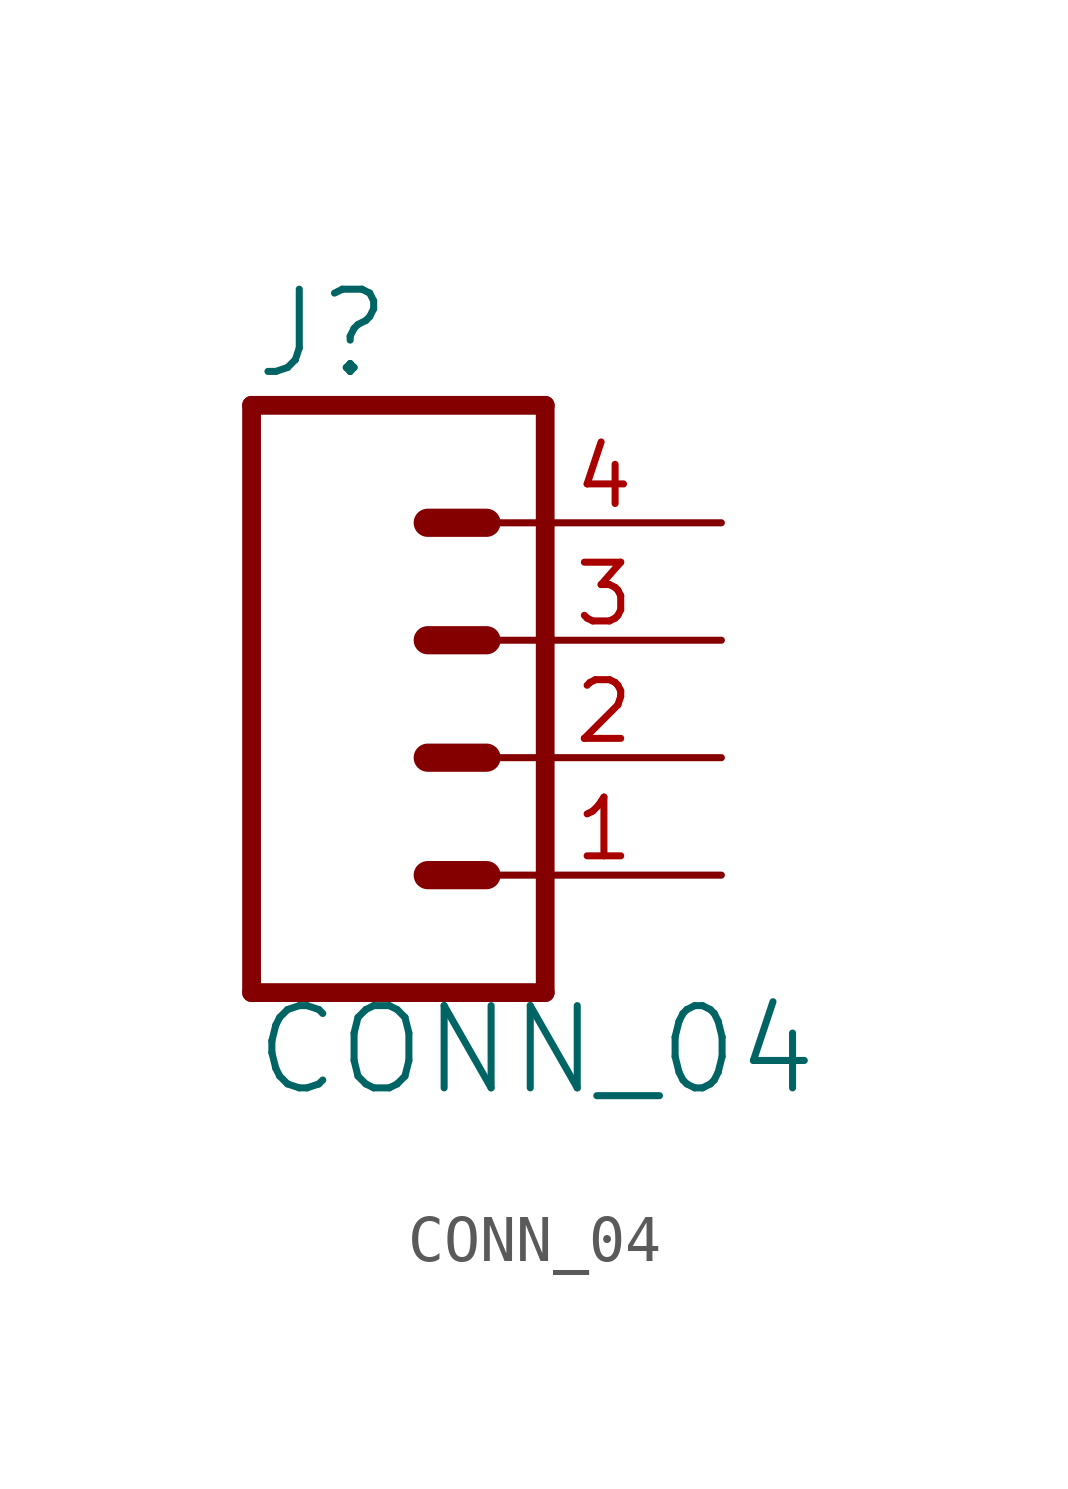
<source format=kicad_sym>
(kicad_symbol_lib
  (version 20211014)
  (generator kicad_symbol_editor)
  (symbol "CONN_04"
    (property "Reference" "J"
      (at -5.08 8.128 0)
      (effects (font (size 1.778 1.778)) (justify left bottom)))
    (property "Value" "CONN_04"
      (at -5.08 -7.366 0)
      (effects (font (size 1.778 1.778)) (justify left bottom)))
    (property "ki_locked" ""
      (at 0 0 0)
      (effects (font (size 1.27 1.27))))
    (symbol "CONN_04_1_0"
      (polyline (pts (xy -5.08 7.62) (xy -5.08 -5.08)) (stroke (width 0.406) (type default) (color 0 0 0 0)) (fill (type none)))
      (polyline (pts (xy -5.08 7.62) (xy 1.27 7.62)) (stroke (width 0.406) (type default) (color 0 0 0 0)) (fill (type none)))
      (polyline (pts (xy -1.27 -2.54) (xy 0 -2.54)) (stroke (width 0.61) (type default) (color 0 0 0 0)) (fill (type none)))
      (polyline (pts (xy -1.27 0) (xy 0 0)) (stroke (width 0.61) (type default) (color 0 0 0 0)) (fill (type none)))
      (polyline (pts (xy -1.27 2.54) (xy 0 2.54)) (stroke (width 0.61) (type default) (color 0 0 0 0)) (fill (type none)))
      (polyline (pts (xy -1.27 5.08) (xy 0 5.08)) (stroke (width 0.61) (type default) (color 0 0 0 0)) (fill (type none)))
      (polyline (pts (xy 1.27 -5.08) (xy -5.08 -5.08)) (stroke (width 0.406) (type default) (color 0 0 0 0)) (fill (type none)))
      (polyline (pts (xy 1.27 -5.08) (xy 1.27 7.62)) (stroke (width 0.406) (type default) (color 0 0 0 0)) (fill (type none)))
      (pin passive line (at 5.08 -2.54 180) (length 5.08) (name "1" (effects (font (size 0 0)))) (number "1" (effects (font (size 1.27 1.27)))))
      (pin passive line (at 5.08 0 180) (length 5.08) (name "2" (effects (font (size 0 0)))) (number "2" (effects (font (size 1.27 1.27)))))
      (pin passive line (at 5.08 2.54 180) (length 5.08) (name "3" (effects (font (size 0 0)))) (number "3" (effects (font (size 1.27 1.27)))))
      (pin passive line (at 5.08 5.08 180) (length 5.08) (name "4" (effects (font (size 0 0)))) (number "4" (effects (font (size 1.27 1.27))))))))
</source>
